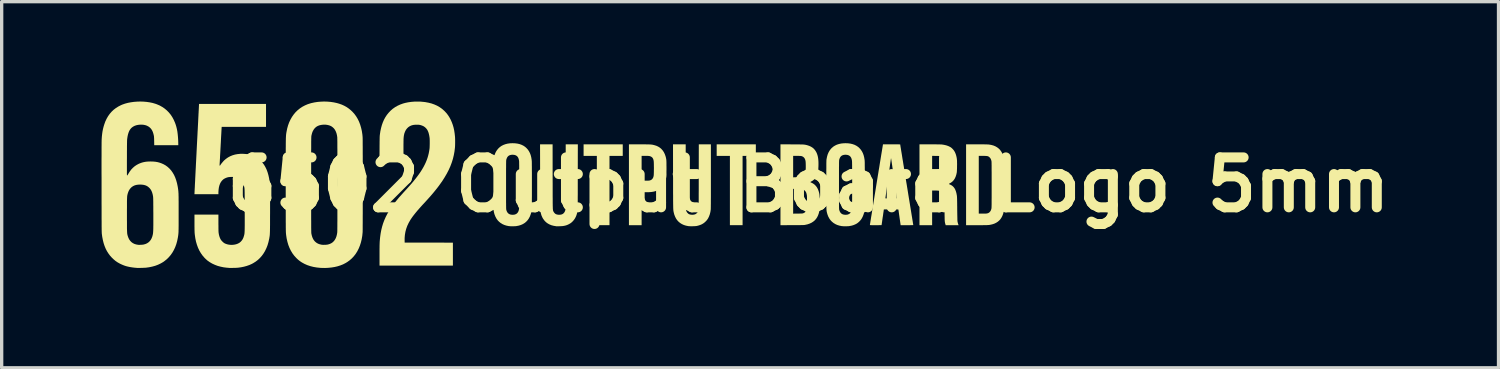
<source format=kicad_pcb>
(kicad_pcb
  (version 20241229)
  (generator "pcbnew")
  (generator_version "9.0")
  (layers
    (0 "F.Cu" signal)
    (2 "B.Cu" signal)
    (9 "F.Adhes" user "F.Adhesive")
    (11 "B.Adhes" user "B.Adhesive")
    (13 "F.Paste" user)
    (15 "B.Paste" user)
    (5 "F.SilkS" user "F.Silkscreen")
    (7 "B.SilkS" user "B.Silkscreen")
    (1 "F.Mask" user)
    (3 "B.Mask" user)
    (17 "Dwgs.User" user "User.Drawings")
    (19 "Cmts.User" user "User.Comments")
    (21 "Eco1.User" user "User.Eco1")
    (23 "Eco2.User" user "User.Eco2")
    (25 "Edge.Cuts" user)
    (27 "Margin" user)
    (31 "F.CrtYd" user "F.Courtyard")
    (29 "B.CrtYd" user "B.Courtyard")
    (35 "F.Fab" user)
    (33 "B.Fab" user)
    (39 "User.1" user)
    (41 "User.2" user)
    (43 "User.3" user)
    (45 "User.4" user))
  (footprint "6502 Output Board Logo 5mm"
    (layer "F.Cu")
    (at 21.237 2.5)
    (property "Reference" "6502 Output Board Logo 5mm" (at 0 0 0) (layer "F.SilkS") (effects (font (size 1.5 1.5) (thickness 0.3))))
    (attr board_only exclude_from_pos_files exclude_from_bom)
    (fp_poly (pts (xy -5.58 -1.041) (xy -5.58 -0.867) (xy -5.779 -0.867) (xy -5.978 -0.867) (xy -5.978 0.173) (xy -5.978 1.214) (xy -6.168 1.214) (xy -6.358 1.214) (xy -6.358 0.173) (xy -6.358 -0.867) (xy -6.557 -0.867) (xy -6.756 -0.867) (xy -6.756 -1.041) (xy -6.756 -1.214) (xy -6.168 -1.214) (xy -5.58 -1.214)) (stroke (width 0) (type solid)) (fill yes) (layer "F.SilkS"))
    (fp_poly (pts (xy -1.582 -1.041) (xy -1.582 -0.867) (xy -1.781 -0.867) (xy -1.98 -0.867) (xy -1.98 0.173) (xy -1.98 1.214) (xy -2.17 1.214) (xy -2.361 1.214) (xy -2.361 0.173) (xy -2.361 -0.867) (xy -2.559 -0.867) (xy -2.758 -0.867) (xy -2.758 -1.041) (xy -2.758 -1.214) (xy -2.17 -1.214) (xy -1.582 -1.214)) (stroke (width 0) (type solid)) (fill yes) (layer "F.SilkS"))
    (fp_poly (pts (xy -5.019 -1.214) (xy -4.963 -1.214) (xy -4.914 -1.214) (xy -4.871 -1.213) (xy -4.834 -1.213) (xy -4.802 -1.212) (xy -4.775 -1.211) (xy -4.751 -1.21) (xy -4.73 -1.208) (xy -4.712 -1.206) (xy -4.695 -1.204) (xy -4.679 -1.201) (xy -4.664 -1.198) (xy -4.648 -1.194) (xy -4.636 -1.191) (xy -4.573 -1.172) (xy -4.516 -1.146) (xy -4.465 -1.114) (xy -4.42 -1.075) (xy -4.38 -1.031) (xy -4.346 -0.98) (xy -4.318 -0.923) (xy -4.295 -0.86) (xy -4.29 -0.842) (xy -4.285 -0.823) (xy -4.281 -0.806) (xy -4.278 -0.79) (xy -4.275 -0.773) (xy -4.272 -0.756) (xy -4.27 -0.737) (xy -4.269 -0.716) (xy -4.268 -0.691) (xy -4.267 -0.662) (xy -4.267 -0.628) (xy -4.267 -0.588) (xy -4.266 -0.541) (xy -4.266 -0.495) (xy -4.266 -0.444) (xy -4.267 -0.4) (xy -4.267 -0.364) (xy -4.267 -0.333) (xy -4.267 -0.308) (xy -4.268 -0.287) (xy -4.269 -0.27) (xy -4.27 -0.256) (xy -4.271 -0.244) (xy -4.272 -0.233) (xy -4.274 -0.223) (xy -4.274 -0.222) (xy -4.288 -0.157) (xy -4.305 -0.099) (xy -4.326 -0.047) (xy -4.351 -0.001) (xy -4.381 0.041) (xy -4.405 0.07) (xy -4.441 0.104) (xy -4.478 0.133) (xy -4.52 0.158) (xy -4.53 0.163) (xy -4.563 0.178) (xy -4.596 0.191) (xy -4.629 0.201) (xy -4.665 0.209) (xy -4.704 0.215) (xy -4.748 0.22) (xy -4.797 0.223) (xy -4.852 0.224) (xy -4.893 0.224) (xy -5.013 0.224) (xy -5.013 0.719) (xy -5.013 1.214) (xy -5.204 1.214) (xy -5.394 1.214) (xy -5.394 0) (xy -5.394 -0.495) (xy -5.013 -0.495) (xy -5.013 -0.123) (xy -4.902 -0.123) (xy -4.862 -0.123) (xy -4.83 -0.123) (xy -4.805 -0.124) (xy -4.787 -0.126) (xy -4.774 -0.128) (xy -4.77 -0.128) (xy -4.736 -0.141) (xy -4.708 -0.158) (xy -4.686 -0.182) (xy -4.668 -0.211) (xy -4.656 -0.247) (xy -4.652 -0.266) (xy -4.65 -0.28) (xy -4.648 -0.302) (xy -4.647 -0.33) (xy -4.646 -0.363) (xy -4.645 -0.4) (xy -4.645 -0.439) (xy -4.644 -0.48) (xy -4.644 -0.521) (xy -4.645 -0.562) (xy -4.645 -0.601) (xy -4.646 -0.636) (xy -4.647 -0.668) (xy -4.649 -0.694) (xy -4.65 -0.714) (xy -4.652 -0.723) (xy -4.661 -0.761) (xy -4.675 -0.793) (xy -4.693 -0.818) (xy -4.716 -0.837) (xy -4.745 -0.852) (xy -4.764 -0.859) (xy -4.773 -0.861) (xy -4.783 -0.863) (xy -4.795 -0.865) (xy -4.809 -0.866) (xy -4.827 -0.867) (xy -4.85 -0.867) (xy -4.88 -0.867) (xy -4.903 -0.867) (xy -5.013 -0.867) (xy -5.013 -0.495) (xy -5.394 -0.495) (xy -5.394 -1.214) (xy -5.083 -1.214)) (stroke (width 0) (type solid)) (fill yes) (layer "F.SilkS"))
    (fp_poly (pts (xy -7.686 -0.244) (xy -7.686 -0.136) (xy -7.685 -0.036) (xy -7.685 0.057) (xy -7.685 0.142) (xy -7.685 0.219) (xy -7.685 0.29) (xy -7.685 0.355) (xy -7.684 0.413) (xy -7.684 0.466) (xy -7.684 0.513) (xy -7.684 0.555) (xy -7.683 0.592) (xy -7.683 0.625) (xy -7.682 0.654) (xy -7.681 0.678) (xy -7.681 0.7) (xy -7.68 0.718) (xy -7.679 0.733) (xy -7.677 0.746) (xy -7.676 0.757) (xy -7.675 0.766) (xy -7.673 0.773) (xy -7.672 0.78) (xy -7.67 0.785) (xy -7.668 0.79) (xy -7.665 0.795) (xy -7.663 0.8) (xy -7.66 0.806) (xy -7.659 0.809) (xy -7.647 0.828) (xy -7.631 0.848) (xy -7.613 0.866) (xy -7.595 0.879) (xy -7.591 0.881) (xy -7.563 0.892) (xy -7.53 0.899) (xy -7.494 0.902) (xy -7.459 0.9) (xy -7.427 0.895) (xy -7.42 0.893) (xy -7.386 0.879) (xy -7.358 0.858) (xy -7.335 0.831) (xy -7.317 0.798) (xy -7.304 0.758) (xy -7.303 0.757) (xy -7.303 0.753) (xy -7.302 0.749) (xy -7.301 0.743) (xy -7.3 0.737) (xy -7.3 0.729) (xy -7.299 0.718) (xy -7.299 0.706) (xy -7.298 0.691) (xy -7.298 0.673) (xy -7.298 0.652) (xy -7.297 0.627) (xy -7.297 0.598) (xy -7.297 0.565) (xy -7.296 0.528) (xy -7.296 0.485) (xy -7.296 0.437) (xy -7.296 0.384) (xy -7.296 0.325) (xy -7.295 0.259) (xy -7.295 0.187) (xy -7.295 0.108) (xy -7.295 0.022) (xy -7.295 -0.072) (xy -7.295 -0.174) (xy -7.295 -0.244) (xy -7.293 -1.214) (xy -7.111 -1.214) (xy -6.929 -1.214) (xy -6.931 -0.232) (xy -6.931 -0.124) (xy -6.931 -0.024) (xy -6.931 0.068) (xy -6.931 0.153) (xy -6.931 0.231) (xy -6.931 0.301) (xy -6.932 0.366) (xy -6.932 0.424) (xy -6.932 0.476) (xy -6.932 0.523) (xy -6.932 0.565) (xy -6.933 0.601) (xy -6.933 0.634) (xy -6.933 0.662) (xy -6.934 0.686) (xy -6.934 0.707) (xy -6.935 0.725) (xy -6.935 0.74) (xy -6.936 0.753) (xy -6.936 0.763) (xy -6.937 0.772) (xy -6.937 0.779) (xy -6.938 0.784) (xy -6.939 0.79) (xy -6.939 0.791) (xy -6.953 0.857) (xy -6.971 0.916) (xy -6.993 0.969) (xy -7.019 1.017) (xy -7.05 1.061) (xy -7.079 1.095) (xy -7.109 1.124) (xy -7.139 1.149) (xy -7.171 1.169) (xy -7.199 1.185) (xy -7.237 1.203) (xy -7.274 1.217) (xy -7.312 1.228) (xy -7.352 1.236) (xy -7.396 1.242) (xy -7.445 1.245) (xy -7.48 1.246) (xy -7.507 1.246) (xy -7.533 1.246) (xy -7.556 1.246) (xy -7.573 1.246) (xy -7.584 1.246) (xy -7.585 1.245) (xy -7.656 1.233) (xy -7.721 1.216) (xy -7.78 1.192) (xy -7.833 1.163) (xy -7.881 1.128) (xy -7.924 1.086) (xy -7.961 1.037) (xy -7.979 1.011) (xy -8 0.971) (xy -8.019 0.928) (xy -8.034 0.879) (xy -8.048 0.823) (xy -8.052 0.806) (xy -8.061 0.759) (xy -8.062 -0.227) (xy -8.064 -1.214) (xy -7.875 -1.214) (xy -7.687 -1.214)) (stroke (width 0) (type solid)) (fill yes) (layer "F.SilkS"))
    (fp_poly (pts (xy -3.688 -0.244) (xy -3.688 -0.136) (xy -3.688 -0.036) (xy -3.687 0.057) (xy -3.687 0.142) (xy -3.687 0.219) (xy -3.687 0.29) (xy -3.687 0.355) (xy -3.687 0.413) (xy -3.686 0.466) (xy -3.686 0.513) (xy -3.686 0.555) (xy -3.685 0.592) (xy -3.685 0.625) (xy -3.684 0.654) (xy -3.683 0.678) (xy -3.683 0.7) (xy -3.682 0.718) (xy -3.681 0.733) (xy -3.68 0.746) (xy -3.678 0.757) (xy -3.677 0.766) (xy -3.675 0.773) (xy -3.674 0.78) (xy -3.672 0.785) (xy -3.67 0.79) (xy -3.667 0.795) (xy -3.665 0.8) (xy -3.662 0.806) (xy -3.661 0.809) (xy -3.649 0.828) (xy -3.633 0.848) (xy -3.615 0.866) (xy -3.597 0.879) (xy -3.594 0.881) (xy -3.564 0.893) (xy -3.529 0.899) (xy -3.492 0.902) (xy -3.455 0.899) (xy -3.42 0.892) (xy -3.391 0.881) (xy -3.373 0.869) (xy -3.355 0.852) (xy -3.338 0.832) (xy -3.325 0.812) (xy -3.324 0.809) (xy -3.321 0.803) (xy -3.318 0.797) (xy -3.316 0.792) (xy -3.314 0.788) (xy -3.312 0.782) (xy -3.31 0.777) (xy -3.308 0.77) (xy -3.307 0.762) (xy -3.306 0.752) (xy -3.304 0.74) (xy -3.303 0.726) (xy -3.302 0.709) (xy -3.301 0.69) (xy -3.301 0.667) (xy -3.3 0.64) (xy -3.3 0.609) (xy -3.299 0.574) (xy -3.299 0.535) (xy -3.298 0.49) (xy -3.298 0.441) (xy -3.298 0.385) (xy -3.298 0.324) (xy -3.298 0.256) (xy -3.297 0.182) (xy -3.297 0.1) (xy -3.297 0.012) (xy -3.297 -0.084) (xy -3.297 -0.189) (xy -3.297 -0.244) (xy -3.295 -1.214) (xy -3.114 -1.214) (xy -2.932 -1.214) (xy -2.932 -0.256) (xy -2.932 -0.131) (xy -2.932 -0.015) (xy -2.932 0.093) (xy -2.932 0.192) (xy -2.932 0.283) (xy -2.932 0.366) (xy -2.933 0.44) (xy -2.933 0.507) (xy -2.933 0.565) (xy -2.934 0.615) (xy -2.934 0.657) (xy -2.935 0.69) (xy -2.935 0.716) (xy -2.936 0.734) (xy -2.936 0.744) (xy -2.936 0.744) (xy -2.947 0.817) (xy -2.964 0.886) (xy -2.987 0.949) (xy -3.014 1.006) (xy -3.035 1.038) (xy -3.054 1.064) (xy -3.078 1.091) (xy -3.105 1.117) (xy -3.131 1.14) (xy -3.154 1.157) (xy -3.202 1.186) (xy -3.253 1.208) (xy -3.309 1.226) (xy -3.349 1.236) (xy -3.373 1.24) (xy -3.404 1.243) (xy -3.439 1.245) (xy -3.477 1.246) (xy -3.514 1.247) (xy -3.551 1.246) (xy -3.583 1.245) (xy -3.61 1.242) (xy -3.613 1.242) (xy -3.682 1.228) (xy -3.746 1.208) (xy -3.804 1.181) (xy -3.857 1.148) (xy -3.904 1.109) (xy -3.945 1.064) (xy -3.98 1.013) (xy -4.009 0.955) (xy -4.033 0.892) (xy -4.046 0.842) (xy -4.048 0.832) (xy -4.05 0.822) (xy -4.052 0.813) (xy -4.054 0.804) (xy -4.056 0.795) (xy -4.057 0.785) (xy -4.059 0.774) (xy -4.06 0.762) (xy -4.061 0.748) (xy -4.062 0.732) (xy -4.063 0.713) (xy -4.064 0.692) (xy -4.064 0.668) (xy -4.065 0.64) (xy -4.065 0.608) (xy -4.066 0.572) (xy -4.066 0.532) (xy -4.067 0.487) (xy -4.067 0.437) (xy -4.067 0.381) (xy -4.067 0.32) (xy -4.068 0.252) (xy -4.068 0.178) (xy -4.068 0.097) (xy -4.068 0.008) (xy -4.068 -0.088) (xy -4.068 -0.192) (xy -4.069 -0.246) (xy -4.07 -1.214) (xy -3.88 -1.214) (xy -3.689 -1.214)) (stroke (width 0) (type solid)) (fill yes) (layer "F.SilkS"))
    (fp_poly (pts (xy 5.115 -1.214) (xy 5.171 -1.214) (xy 5.219 -1.214) (xy 5.26 -1.214) (xy 5.295 -1.213) (xy 5.325 -1.213) (xy 5.351 -1.212) (xy 5.372 -1.211) (xy 5.389 -1.211) (xy 5.404 -1.21) (xy 5.417 -1.208) (xy 5.422 -1.208) (xy 5.492 -1.196) (xy 5.557 -1.178) (xy 5.615 -1.154) (xy 5.668 -1.123) (xy 5.715 -1.087) (xy 5.756 -1.045) (xy 5.791 -0.996) (xy 5.821 -0.941) (xy 5.845 -0.88) (xy 5.863 -0.812) (xy 5.869 -0.783) (xy 5.871 -0.771) (xy 5.873 -0.759) (xy 5.875 -0.745) (xy 5.876 -0.73) (xy 5.878 -0.712) (xy 5.879 -0.692) (xy 5.88 -0.669) (xy 5.881 -0.643) (xy 5.882 -0.613) (xy 5.882 -0.579) (xy 5.883 -0.54) (xy 5.883 -0.496) (xy 5.884 -0.447) (xy 5.884 -0.392) (xy 5.884 -0.33) (xy 5.884 -0.262) (xy 5.885 -0.186) (xy 5.885 -0.104) (xy 5.885 -0.013) (xy 5.885 0) (xy 5.885 0.092) (xy 5.885 0.176) (xy 5.884 0.252) (xy 5.884 0.321) (xy 5.884 0.384) (xy 5.884 0.44) (xy 5.883 0.49) (xy 5.883 0.534) (xy 5.882 0.574) (xy 5.882 0.609) (xy 5.881 0.639) (xy 5.88 0.666) (xy 5.879 0.689) (xy 5.878 0.71) (xy 5.877 0.727) (xy 5.875 0.743) (xy 5.873 0.757) (xy 5.872 0.769) (xy 5.87 0.781) (xy 5.869 0.783) (xy 5.853 0.853) (xy 5.831 0.917) (xy 5.804 0.974) (xy 5.771 1.026) (xy 5.732 1.071) (xy 5.687 1.11) (xy 5.637 1.142) (xy 5.581 1.169) (xy 5.519 1.189) (xy 5.451 1.204) (xy 5.422 1.208) (xy 5.411 1.209) (xy 5.397 1.21) (xy 5.381 1.211) (xy 5.362 1.212) (xy 5.338 1.213) (xy 5.311 1.213) (xy 5.278 1.213) (xy 5.24 1.214) (xy 5.195 1.214) (xy 5.144 1.214) (xy 5.085 1.214) (xy 5.052 1.214) (xy 4.734 1.214) (xy 4.734 0) (xy 5.115 0) (xy 5.115 0.867) (xy 5.23 0.867) (xy 5.27 0.867) (xy 5.302 0.867) (xy 5.327 0.866) (xy 5.346 0.864) (xy 5.36 0.863) (xy 5.366 0.861) (xy 5.392 0.854) (xy 5.411 0.845) (xy 5.429 0.833) (xy 5.441 0.822) (xy 5.464 0.795) (xy 5.482 0.761) (xy 5.494 0.721) (xy 5.494 0.72) (xy 5.495 0.715) (xy 5.496 0.71) (xy 5.497 0.703) (xy 5.498 0.695) (xy 5.498 0.685) (xy 5.499 0.672) (xy 5.499 0.657) (xy 5.5 0.639) (xy 5.5 0.617) (xy 5.501 0.591) (xy 5.501 0.561) (xy 5.501 0.526) (xy 5.501 0.485) (xy 5.501 0.44) (xy 5.502 0.388) (xy 5.502 0.33) (xy 5.502 0.265) (xy 5.502 0.193) (xy 5.502 0.114) (xy 5.502 0.026) (xy 5.502 0) (xy 5.502 -0.09) (xy 5.502 -0.171) (xy 5.502 -0.246) (xy 5.502 -0.312) (xy 5.502 -0.372) (xy 5.501 -0.426) (xy 5.501 -0.473) (xy 5.501 -0.515) (xy 5.501 -0.551) (xy 5.501 -0.583) (xy 5.5 -0.61) (xy 5.5 -0.633) (xy 5.5 -0.652) (xy 5.499 -0.668) (xy 5.499 -0.682) (xy 5.498 -0.692) (xy 5.497 -0.701) (xy 5.497 -0.708) (xy 5.496 -0.714) (xy 5.495 -0.719) (xy 5.494 -0.72) (xy 5.482 -0.76) (xy 5.465 -0.794) (xy 5.442 -0.821) (xy 5.442 -0.821) (xy 5.428 -0.833) (xy 5.415 -0.843) (xy 5.402 -0.851) (xy 5.387 -0.857) (xy 5.369 -0.861) (xy 5.348 -0.864) (xy 5.322 -0.866) (xy 5.29 -0.867) (xy 5.251 -0.867) (xy 5.229 -0.867) (xy 5.115 -0.867) (xy 5.115 0) (xy 4.734 0) (xy 4.734 -1.214) (xy 5.052 -1.214)) (stroke (width 0) (type solid)) (fill yes) (layer "F.SilkS"))
    (fp_poly (pts (xy 3.706 -1.214) (xy 3.762 -1.214) (xy 3.813 -1.214) (xy 3.859 -1.213) (xy 3.901 -1.213) (xy 3.936 -1.212) (xy 3.964 -1.211) (xy 3.986 -1.211) (xy 3.999 -1.21) (xy 4.001 -1.21) (xy 4.072 -1.199) (xy 4.137 -1.184) (xy 4.196 -1.164) (xy 4.248 -1.139) (xy 4.277 -1.122) (xy 4.296 -1.107) (xy 4.317 -1.088) (xy 4.338 -1.066) (xy 4.357 -1.044) (xy 4.368 -1.03) (xy 4.397 -0.983) (xy 4.42 -0.929) (xy 4.439 -0.869) (xy 4.453 -0.803) (xy 4.459 -0.752) (xy 4.461 -0.731) (xy 4.462 -0.703) (xy 4.462 -0.671) (xy 4.463 -0.635) (xy 4.463 -0.596) (xy 4.462 -0.557) (xy 4.462 -0.517) (xy 4.461 -0.479) (xy 4.459 -0.444) (xy 4.458 -0.412) (xy 4.456 -0.387) (xy 4.454 -0.367) (xy 4.453 -0.362) (xy 4.438 -0.296) (xy 4.418 -0.237) (xy 4.393 -0.184) (xy 4.362 -0.138) (xy 4.326 -0.099) (xy 4.284 -0.066) (xy 4.249 -0.046) (xy 4.234 -0.037) (xy 4.222 -0.03) (xy 4.216 -0.025) (xy 4.215 -0.024) (xy 4.219 -0.021) (xy 4.229 -0.016) (xy 4.243 -0.01) (xy 4.247 -0.008) (xy 4.289 0.012) (xy 4.326 0.038) (xy 4.358 0.069) (xy 4.386 0.105) (xy 4.409 0.148) (xy 4.428 0.198) (xy 4.444 0.255) (xy 4.456 0.319) (xy 4.458 0.331) (xy 4.459 0.342) (xy 4.46 0.355) (xy 4.461 0.371) (xy 4.462 0.391) (xy 4.463 0.414) (xy 4.464 0.443) (xy 4.464 0.476) (xy 4.465 0.516) (xy 4.466 0.561) (xy 4.466 0.614) (xy 4.467 0.674) (xy 4.467 0.723) (xy 4.468 0.796) (xy 4.469 0.861) (xy 4.47 0.918) (xy 4.471 0.968) (xy 4.472 1.01) (xy 4.472 1.044) (xy 4.473 1.071) (xy 4.475 1.089) (xy 4.475 1.098) (xy 4.482 1.132) (xy 4.491 1.165) (xy 4.5 1.193) (xy 4.502 1.196) (xy 4.509 1.214) (xy 4.315 1.214) (xy 4.121 1.214) (xy 4.113 1.186) (xy 4.109 1.173) (xy 4.105 1.16) (xy 4.102 1.149) (xy 4.1 1.137) (xy 4.097 1.124) (xy 4.095 1.109) (xy 4.094 1.093) (xy 4.092 1.074) (xy 4.091 1.051) (xy 4.09 1.024) (xy 4.09 0.993) (xy 4.089 0.957) (xy 4.088 0.915) (xy 4.088 0.866) (xy 4.087 0.81) (xy 4.087 0.747) (xy 4.087 0.728) (xy 4.086 0.664) (xy 4.086 0.607) (xy 4.085 0.559) (xy 4.084 0.517) (xy 4.084 0.481) (xy 4.083 0.45) (xy 4.083 0.425) (xy 4.082 0.404) (xy 4.081 0.387) (xy 4.081 0.374) (xy 4.08 0.363) (xy 4.079 0.354) (xy 4.077 0.347) (xy 4.077 0.344) (xy 4.068 0.31) (xy 4.058 0.282) (xy 4.046 0.259) (xy 4.032 0.24) (xy 4.017 0.225) (xy 3.999 0.21) (xy 3.98 0.199) (xy 3.959 0.19) (xy 3.934 0.183) (xy 3.904 0.178) (xy 3.869 0.175) (xy 3.827 0.174) (xy 3.8 0.174) (xy 3.714 0.173) (xy 3.714 0.694) (xy 3.714 1.214) (xy 3.524 1.214) (xy 3.334 1.214) (xy 3.334 0) (xy 3.334 -0.521) (xy 3.714 -0.521) (xy 3.714 -0.173) (xy 3.8 -0.174) (xy 3.836 -0.174) (xy 3.868 -0.175) (xy 3.894 -0.177) (xy 3.914 -0.179) (xy 3.917 -0.179) (xy 3.958 -0.19) (xy 3.992 -0.206) (xy 4.02 -0.229) (xy 4.044 -0.257) (xy 4.062 -0.292) (xy 4.073 -0.324) (xy 4.075 -0.335) (xy 4.076 -0.354) (xy 4.078 -0.379) (xy 4.08 -0.409) (xy 4.081 -0.442) (xy 4.082 -0.478) (xy 4.082 -0.515) (xy 4.082 -0.552) (xy 4.082 -0.587) (xy 4.082 -0.62) (xy 4.081 -0.649) (xy 4.08 -0.673) (xy 4.078 -0.691) (xy 4.078 -0.694) (xy 4.069 -0.738) (xy 4.055 -0.776) (xy 4.037 -0.807) (xy 4.014 -0.832) (xy 3.985 -0.85) (xy 3.973 -0.855) (xy 3.966 -0.858) (xy 3.958 -0.86) (xy 3.949 -0.862) (xy 3.938 -0.863) (xy 3.924 -0.864) (xy 3.905 -0.865) (xy 3.881 -0.866) (xy 3.849 -0.866) (xy 3.832 -0.866) (xy 3.714 -0.868) (xy 3.714 -0.521) (xy 3.334 -0.521) (xy 3.334 -1.214) (xy 3.647 -1.214)) (stroke (width 0) (type solid)) (fill yes) (layer "F.SilkS"))
    (fp_poly (pts (xy -0.498 -1.213) (xy -0.434 -1.213) (xy -0.377 -1.213) (xy -0.328 -1.212) (xy -0.285 -1.212) (xy -0.248 -1.211) (xy -0.216 -1.211) (xy -0.189 -1.21) (xy -0.165 -1.209) (xy -0.145 -1.208) (xy -0.128 -1.206) (xy -0.113 -1.204) (xy -0.099 -1.202) (xy -0.085 -1.199) (xy -0.072 -1.196) (xy -0.058 -1.193) (xy -0.043 -1.189) (xy -0.041 -1.189) (xy 0.019 -1.169) (xy 0.072 -1.145) (xy 0.119 -1.116) (xy 0.16 -1.082) (xy 0.195 -1.041) (xy 0.225 -0.995) (xy 0.235 -0.977) (xy 0.253 -0.937) (xy 0.268 -0.895) (xy 0.28 -0.85) (xy 0.289 -0.802) (xy 0.295 -0.748) (xy 0.299 -0.69) (xy 0.3 -0.624) (xy 0.299 -0.569) (xy 0.298 -0.535) (xy 0.296 -0.502) (xy 0.295 -0.472) (xy 0.293 -0.446) (xy 0.291 -0.426) (xy 0.29 -0.421) (xy 0.277 -0.356) (xy 0.258 -0.297) (xy 0.233 -0.244) (xy 0.203 -0.197) (xy 0.167 -0.157) (xy 0.125 -0.123) (xy 0.08 -0.097) (xy 0.067 -0.09) (xy 0.059 -0.084) (xy 0.056 -0.079) (xy 0.056 -0.079) (xy 0.061 -0.075) (xy 0.071 -0.07) (xy 0.085 -0.063) (xy 0.086 -0.063) (xy 0.135 -0.038) (xy 0.179 -0.007) (xy 0.217 0.031) (xy 0.251 0.075) (xy 0.279 0.126) (xy 0.302 0.183) (xy 0.32 0.245) (xy 0.328 0.288) (xy 0.33 0.306) (xy 0.332 0.331) (xy 0.334 0.362) (xy 0.335 0.398) (xy 0.336 0.437) (xy 0.337 0.478) (xy 0.338 0.521) (xy 0.338 0.562) (xy 0.338 0.603) (xy 0.337 0.64) (xy 0.337 0.673) (xy 0.335 0.701) (xy 0.334 0.713) (xy 0.325 0.787) (xy 0.31 0.855) (xy 0.288 0.918) (xy 0.261 0.974) (xy 0.228 1.024) (xy 0.189 1.069) (xy 0.143 1.107) (xy 0.092 1.14) (xy 0.034 1.167) (xy -0.03 1.189) (xy -0.089 1.202) (xy -0.098 1.204) (xy -0.106 1.206) (xy -0.115 1.207) (xy -0.125 1.208) (xy -0.137 1.209) (xy -0.15 1.21) (xy -0.166 1.21) (xy -0.186 1.211) (xy -0.21 1.211) (xy -0.238 1.212) (xy -0.272 1.212) (xy -0.311 1.212) (xy -0.357 1.213) (xy -0.409 1.213) (xy -0.47 1.213) (xy -0.49 1.213) (xy -0.842 1.215) (xy -0.842 0.495) (xy -0.461 0.495) (xy -0.461 0.868) (xy -0.323 0.866) (xy -0.284 0.866) (xy -0.254 0.865) (xy -0.229 0.865) (xy -0.21 0.864) (xy -0.195 0.863) (xy -0.184 0.862) (xy -0.174 0.861) (xy -0.166 0.859) (xy -0.158 0.856) (xy -0.156 0.855) (xy -0.128 0.842) (xy -0.102 0.823) (xy -0.081 0.799) (xy -0.07 0.781) (xy -0.064 0.769) (xy -0.059 0.757) (xy -0.055 0.745) (xy -0.052 0.731) (xy -0.05 0.715) (xy -0.048 0.696) (xy -0.046 0.674) (xy -0.045 0.646) (xy -0.045 0.613) (xy -0.045 0.574) (xy -0.045 0.527) (xy -0.045 0.514) (xy -0.045 0.469) (xy -0.045 0.432) (xy -0.045 0.402) (xy -0.045 0.377) (xy -0.046 0.357) (xy -0.047 0.341) (xy -0.048 0.328) (xy -0.049 0.316) (xy -0.051 0.306) (xy -0.053 0.296) (xy -0.054 0.292) (xy -0.059 0.27) (xy -0.065 0.249) (xy -0.072 0.231) (xy -0.074 0.226) (xy -0.09 0.2) (xy -0.112 0.176) (xy -0.137 0.156) (xy -0.152 0.147) (xy -0.168 0.14) (xy -0.184 0.135) (xy -0.2 0.131) (xy -0.22 0.127) (xy -0.242 0.125) (xy -0.269 0.124) (xy -0.302 0.123) (xy -0.342 0.123) (xy -0.349 0.123) (xy -0.461 0.123) (xy -0.461 0.495) (xy -0.842 0.495) (xy -0.842 -0.000005) (xy -0.842 -0.545) (xy -0.461 -0.545) (xy -0.461 -0.223) (xy -0.359 -0.226) (xy -0.329 -0.226) (xy -0.3 -0.228) (xy -0.275 -0.229) (xy -0.254 -0.23) (xy -0.24 -0.232) (xy -0.235 -0.233) (xy -0.196 -0.246) (xy -0.163 -0.265) (xy -0.135 -0.29) (xy -0.113 -0.322) (xy -0.096 -0.361) (xy -0.09 -0.383) (xy -0.088 -0.398) (xy -0.085 -0.421) (xy -0.084 -0.449) (xy -0.083 -0.481) (xy -0.082 -0.516) (xy -0.082 -0.553) (xy -0.082 -0.589) (xy -0.083 -0.624) (xy -0.084 -0.657) (xy -0.086 -0.685) (xy -0.088 -0.707) (xy -0.09 -0.719) (xy -0.101 -0.759) (xy -0.116 -0.791) (xy -0.135 -0.817) (xy -0.159 -0.837) (xy -0.169 -0.844) (xy -0.182 -0.85) (xy -0.194 -0.855) (xy -0.207 -0.86) (xy -0.222 -0.863) (xy -0.239 -0.865) (xy -0.26 -0.866) (xy -0.287 -0.867) (xy -0.32 -0.867) (xy -0.348 -0.867) (xy -0.461 -0.867) (xy -0.461 -0.545) (xy -0.842 -0.545) (xy -0.842 -1.215)) (stroke (width 0) (type solid)) (fill yes) (layer "F.SilkS"))
    (fp_poly (pts (xy -11.651 -2.497) (xy -11.555 -2.488) (xy -11.513 -2.483) (xy -11.416 -2.465) (xy -11.325 -2.442) (xy -11.238 -2.411) (xy -11.157 -2.375) (xy -11.082 -2.332) (xy -11.012 -2.283) (xy -10.948 -2.227) (xy -10.932 -2.212) (xy -10.879 -2.155) (xy -10.833 -2.096) (xy -10.792 -2.034) (xy -10.754 -1.965) (xy -10.75 -1.957) (xy -10.716 -1.881) (xy -10.687 -1.803) (xy -10.663 -1.722) (xy -10.644 -1.636) (xy -10.63 -1.545) (xy -10.619 -1.447) (xy -10.619 -1.445) (xy -10.617 -1.415) (xy -10.616 -1.38) (xy -10.615 -1.339) (xy -10.615 -1.296) (xy -10.615 -1.252) (xy -10.616 -1.21) (xy -10.617 -1.17) (xy -10.619 -1.135) (xy -10.621 -1.11) (xy -10.635 -0.996) (xy -10.656 -0.884) (xy -10.683 -0.773) (xy -10.718 -0.663) (xy -10.759 -0.554) (xy -10.808 -0.445) (xy -10.865 -0.335) (xy -10.929 -0.225) (xy -11 -0.113) (xy -11.071 -0.013) (xy -11.114 0.046) (xy -11.159 0.105) (xy -11.207 0.165) (xy -11.256 0.225) (xy -11.309 0.288) (xy -11.366 0.354) (xy -11.428 0.423) (xy -11.495 0.497) (xy -11.536 0.542) (xy -11.596 0.606) (xy -11.65 0.666) (xy -11.699 0.721) (xy -11.743 0.771) (xy -11.783 0.819) (xy -11.819 0.863) (xy -11.852 0.905) (xy -11.883 0.945) (xy -11.911 0.984) (xy -11.937 1.022) (xy -11.962 1.06) (xy -11.964 1.064) (xy -12.012 1.148) (xy -12.052 1.233) (xy -12.084 1.321) (xy -12.108 1.411) (xy -12.124 1.503) (xy -12.132 1.599) (xy -12.132 1.684) (xy -12.131 1.737) (xy -11.407 1.738) (xy -10.682 1.739) (xy -10.682 2.084) (xy -10.682 2.428) (xy -11.784 2.428) (xy -12.886 2.428) (xy -12.886 2.106) (xy -12.886 2.037) (xy -12.886 1.977) (xy -12.886 1.924) (xy -12.885 1.877) (xy -12.885 1.836) (xy -12.884 1.801) (xy -12.883 1.77) (xy -12.882 1.743) (xy -12.881 1.72) (xy -12.88 1.7) (xy -12.88 1.699) (xy -12.869 1.581) (xy -12.854 1.469) (xy -12.834 1.362) (xy -12.809 1.26) (xy -12.779 1.161) (xy -12.743 1.065) (xy -12.701 0.97) (xy -12.653 0.876) (xy -12.598 0.782) (xy -12.536 0.687) (xy -12.467 0.59) (xy -12.443 0.558) (xy -12.41 0.516) (xy -12.377 0.475) (xy -12.342 0.433) (xy -12.306 0.389) (xy -12.266 0.344) (xy -12.222 0.295) (xy -12.174 0.241) (xy -12.127 0.19) (xy -12.04 0.095) (xy -11.96 0.005) (xy -11.886 -0.081) (xy -11.819 -0.164) (xy -11.757 -0.243) (xy -11.701 -0.319) (xy -11.65 -0.393) (xy -11.605 -0.465) (xy -11.564 -0.536) (xy -11.528 -0.605) (xy -11.496 -0.673) (xy -11.468 -0.742) (xy -11.444 -0.81) (xy -11.424 -0.879) (xy -11.407 -0.948) (xy -11.394 -1.019) (xy -11.386 -1.07) (xy -11.383 -1.093) (xy -11.381 -1.123) (xy -11.38 -1.157) (xy -11.379 -1.195) (xy -11.378 -1.235) (xy -11.378 -1.275) (xy -11.378 -1.314) (xy -11.379 -1.351) (xy -11.38 -1.383) (xy -11.382 -1.409) (xy -11.384 -1.421) (xy -11.393 -1.479) (xy -11.405 -1.532) (xy -11.419 -1.579) (xy -11.436 -1.619) (xy -11.453 -1.652) (xy -11.455 -1.655) (xy -11.487 -1.696) (xy -11.523 -1.73) (xy -11.564 -1.758) (xy -11.611 -1.779) (xy -11.663 -1.795) (xy -11.678 -1.798) (xy -11.704 -1.802) (xy -11.735 -1.804) (xy -11.769 -1.804) (xy -11.804 -1.803) (xy -11.838 -1.801) (xy -11.868 -1.797) (xy -11.884 -1.794) (xy -11.936 -1.779) (xy -11.983 -1.756) (xy -12.025 -1.727) (xy -12.061 -1.691) (xy -12.093 -1.649) (xy -12.118 -1.6) (xy -12.139 -1.546) (xy -12.15 -1.5) (xy -12.153 -1.484) (xy -12.156 -1.468) (xy -12.158 -1.451) (xy -12.16 -1.433) (xy -12.162 -1.413) (xy -12.164 -1.39) (xy -12.165 -1.363) (xy -12.165 -1.333) (xy -12.166 -1.297) (xy -12.166 -1.256) (xy -12.167 -1.209) (xy -12.167 -1.154) (xy -12.167 -1.092) (xy -12.167 -1.091) (xy -12.167 -0.808) (xy -12.527 -0.808) (xy -12.887 -0.808) (xy -12.885 -1.126) (xy -12.885 -1.188) (xy -12.884 -1.243) (xy -12.884 -1.29) (xy -12.883 -1.33) (xy -12.883 -1.365) (xy -12.882 -1.395) (xy -12.882 -1.42) (xy -12.881 -1.441) (xy -12.88 -1.46) (xy -12.879 -1.475) (xy -12.878 -1.489) (xy -12.876 -1.502) (xy -12.876 -1.504) (xy -12.861 -1.607) (xy -12.84 -1.704) (xy -12.815 -1.795) (xy -12.785 -1.879) (xy -12.75 -1.958) (xy -12.71 -2.031) (xy -12.664 -2.1) (xy -12.612 -2.164) (xy -12.554 -2.225) (xy -12.554 -2.225) (xy -12.49 -2.281) (xy -12.42 -2.33) (xy -12.345 -2.373) (xy -12.264 -2.41) (xy -12.178 -2.441) (xy -12.116 -2.458) (xy -12.03 -2.476) (xy -11.939 -2.489) (xy -11.845 -2.497) (xy -11.748 -2.499)) (stroke (width 0) (type solid)) (fill yes) (layer "F.SilkS"))
    (fp_poly (pts (xy 1.188 -1.245) (xy 1.259 -1.236) (xy 1.325 -1.22) (xy 1.385 -1.199) (xy 1.44 -1.171) (xy 1.49 -1.137) (xy 1.528 -1.103) (xy 1.569 -1.057) (xy 1.604 -1.006) (xy 1.633 -0.95) (xy 1.656 -0.888) (xy 1.673 -0.82) (xy 1.685 -0.746) (xy 1.688 -0.713) (xy 1.688 -0.701) (xy 1.689 -0.681) (xy 1.69 -0.653) (xy 1.69 -0.617) (xy 1.69 -0.574) (xy 1.691 -0.523) (xy 1.691 -0.466) (xy 1.692 -0.402) (xy 1.692 -0.332) (xy 1.692 -0.255) (xy 1.692 -0.173) (xy 1.692 -0.085) (xy 1.692 0) (xy 1.692 0.093) (xy 1.692 0.18) (xy 1.692 0.262) (xy 1.692 0.338) (xy 1.692 0.407) (xy 1.691 0.471) (xy 1.691 0.528) (xy 1.69 0.577) (xy 1.69 0.62) (xy 1.69 0.655) (xy 1.689 0.683) (xy 1.688 0.703) (xy 1.688 0.713) (xy 1.683 0.761) (xy 1.677 0.803) (xy 1.669 0.842) (xy 1.658 0.881) (xy 1.654 0.893) (xy 1.629 0.957) (xy 1.599 1.014) (xy 1.563 1.065) (xy 1.521 1.11) (xy 1.474 1.149) (xy 1.421 1.182) (xy 1.362 1.208) (xy 1.298 1.228) (xy 1.228 1.241) (xy 1.223 1.242) (xy 1.194 1.245) (xy 1.16 1.246) (xy 1.122 1.247) (xy 1.084 1.247) (xy 1.047 1.246) (xy 1.015 1.243) (xy 0.998 1.242) (xy 0.929 1.228) (xy 0.864 1.208) (xy 0.805 1.181) (xy 0.752 1.149) (xy 0.704 1.109) (xy 0.661 1.064) (xy 0.625 1.013) (xy 0.594 0.956) (xy 0.57 0.893) (xy 0.56 0.859) (xy 0.557 0.847) (xy 0.554 0.836) (xy 0.552 0.826) (xy 0.55 0.816) (xy 0.547 0.806) (xy 0.545 0.795) (xy 0.544 0.783) (xy 0.542 0.77) (xy 0.541 0.755) (xy 0.54 0.738) (xy 0.539 0.718) (xy 0.538 0.695) (xy 0.537 0.668) (xy 0.537 0.638) (xy 0.536 0.603) (xy 0.536 0.564) (xy 0.536 0.52) (xy 0.535 0.47) (xy 0.535 0.414) (xy 0.535 0.352) (xy 0.535 0.283) (xy 0.535 0.207) (xy 0.535 0.124) (xy 0.535 0.033) (xy 0.535 0) (xy 0.916 0) (xy 0.916 0.092) (xy 0.916 0.176) (xy 0.916 0.253) (xy 0.916 0.322) (xy 0.916 0.384) (xy 0.916 0.439) (xy 0.916 0.489) (xy 0.916 0.533) (xy 0.917 0.571) (xy 0.917 0.605) (xy 0.917 0.633) (xy 0.917 0.658) (xy 0.918 0.679) (xy 0.918 0.696) (xy 0.919 0.71) (xy 0.919 0.722) (xy 0.92 0.731) (xy 0.921 0.739) (xy 0.921 0.745) (xy 0.922 0.75) (xy 0.923 0.754) (xy 0.923 0.755) (xy 0.937 0.796) (xy 0.956 0.831) (xy 0.979 0.858) (xy 1.007 0.879) (xy 1.041 0.893) (xy 1.079 0.9) (xy 1.081 0.901) (xy 1.125 0.902) (xy 1.165 0.898) (xy 1.18 0.894) (xy 1.214 0.881) (xy 1.243 0.861) (xy 1.267 0.834) (xy 1.285 0.801) (xy 1.299 0.761) (xy 1.307 0.717) (xy 1.307 0.708) (xy 1.308 0.69) (xy 1.309 0.666) (xy 1.309 0.634) (xy 1.309 0.597) (xy 1.31 0.553) (xy 1.31 0.505) (xy 1.311 0.452) (xy 1.311 0.395) (xy 1.311 0.335) (xy 1.311 0.272) (xy 1.311 0.206) (xy 1.312 0.139) (xy 1.312 0.071) (xy 1.312 0.002) (xy 1.312 -0.067) (xy 1.312 -0.135) (xy 1.311 -0.202) (xy 1.311 -0.267) (xy 1.311 -0.331) (xy 1.311 -0.391) (xy 1.311 -0.448) (xy 1.31 -0.502) (xy 1.31 -0.55) (xy 1.31 -0.594) (xy 1.309 -0.632) (xy 1.309 -0.664) (xy 1.308 -0.689) (xy 1.307 -0.707) (xy 1.307 -0.717) (xy 1.307 -0.717) (xy 1.298 -0.763) (xy 1.285 -0.803) (xy 1.267 -0.835) (xy 1.243 -0.861) (xy 1.215 -0.88) (xy 1.18 -0.894) (xy 1.141 -0.9) (xy 1.113 -0.902) (xy 1.069 -0.899) (xy 1.032 -0.89) (xy 1 -0.875) (xy 0.974 -0.854) (xy 0.952 -0.826) (xy 0.935 -0.79) (xy 0.923 -0.754) (xy 0.922 -0.75) (xy 0.921 -0.745) (xy 0.921 -0.739) (xy 0.92 -0.731) (xy 0.919 -0.721) (xy 0.919 -0.709) (xy 0.918 -0.695) (xy 0.918 -0.677) (xy 0.917 -0.655) (xy 0.917 -0.63) (xy 0.917 -0.601) (xy 0.917 -0.566) (xy 0.916 -0.527) (xy 0.916 -0.482) (xy 0.916 -0.432) (xy 0.916 -0.375) (xy 0.916 -0.312) (xy 0.916 -0.241) (xy 0.916 -0.164) (xy 0.916 -0.078) (xy 0.916 0) (xy 0.535 0) (xy 0.535 -0.092) (xy 0.535 -0.177) (xy 0.535 -0.253) (xy 0.535 -0.323) (xy 0.535 -0.385) (xy 0.535 -0.441) (xy 0.536 -0.491) (xy 0.536 -0.535) (xy 0.536 -0.574) (xy 0.536 -0.608) (xy 0.536 -0.638) (xy 0.537 -0.663) (xy 0.537 -0.685) (xy 0.538 -0.704) (xy 0.538 -0.719) (xy 0.539 -0.732) (xy 0.539 -0.743) (xy 0.54 -0.752) (xy 0.541 -0.76) (xy 0.542 -0.767) (xy 0.543 -0.772) (xy 0.557 -0.843) (xy 0.575 -0.907) (xy 0.599 -0.965) (xy 0.628 -1.018) (xy 0.663 -1.066) (xy 0.696 -1.103) (xy 0.743 -1.143) (xy 0.795 -1.176) (xy 0.852 -1.204) (xy 0.915 -1.224) (xy 0.983 -1.239) (xy 1.056 -1.246) (xy 1.112 -1.248)) (stroke (width 0) (type solid)) (fill yes) (layer "F.SilkS"))
    (fp_poly (pts (xy -8.813 -1.245) (xy -8.742 -1.236) (xy -8.677 -1.221) (xy -8.617 -1.199) (xy -8.562 -1.172) (xy -8.512 -1.138) (xy -8.473 -1.103) (xy -8.432 -1.058) (xy -8.398 -1.008) (xy -8.369 -0.953) (xy -8.346 -0.893) (xy -8.329 -0.827) (xy -8.317 -0.754) (xy -8.313 -0.713) (xy -8.312 -0.702) (xy -8.312 -0.682) (xy -8.311 -0.655) (xy -8.311 -0.621) (xy -8.311 -0.582) (xy -8.31 -0.536) (xy -8.31 -0.486) (xy -8.31 -0.431) (xy -8.309 -0.373) (xy -8.309 -0.311) (xy -8.309 -0.246) (xy -8.309 -0.18) (xy -8.309 -0.112) (xy -8.309 -0.043) (xy -8.309 0.027) (xy -8.309 0.096) (xy -8.309 0.164) (xy -8.309 0.231) (xy -8.309 0.296) (xy -8.309 0.359) (xy -8.31 0.418) (xy -8.31 0.474) (xy -8.31 0.525) (xy -8.31 0.572) (xy -8.311 0.613) (xy -8.311 0.648) (xy -8.312 0.676) (xy -8.312 0.698) (xy -8.313 0.711) (xy -8.313 0.713) (xy -8.318 0.761) (xy -8.324 0.803) (xy -8.332 0.842) (xy -8.343 0.881) (xy -8.347 0.893) (xy -8.371 0.956) (xy -8.402 1.014) (xy -8.438 1.065) (xy -8.48 1.11) (xy -8.528 1.149) (xy -8.581 1.182) (xy -8.64 1.208) (xy -8.704 1.228) (xy -8.774 1.241) (xy -8.778 1.242) (xy -8.807 1.245) (xy -8.841 1.246) (xy -8.879 1.247) (xy -8.917 1.247) (xy -8.954 1.246) (xy -8.986 1.243) (xy -9.003 1.242) (xy -9.072 1.228) (xy -9.136 1.208) (xy -9.196 1.181) (xy -9.249 1.149) (xy -9.297 1.109) (xy -9.34 1.064) (xy -9.376 1.013) (xy -9.406 0.956) (xy -9.431 0.893) (xy -9.441 0.859) (xy -9.444 0.847) (xy -9.446 0.836) (xy -9.449 0.826) (xy -9.451 0.816) (xy -9.454 0.806) (xy -9.455 0.795) (xy -9.457 0.783) (xy -9.459 0.77) (xy -9.46 0.755) (xy -9.461 0.738) (xy -9.462 0.718) (xy -9.463 0.695) (xy -9.464 0.668) (xy -9.464 0.638) (xy -9.465 0.603) (xy -9.465 0.564) (xy -9.465 0.52) (xy -9.465 0.47) (xy -9.466 0.414) (xy -9.466 0.352) (xy -9.466 0.283) (xy -9.466 0.207) (xy -9.466 0.124) (xy -9.466 0.033) (xy -9.466 0) (xy -9.085 0) (xy -9.085 0.092) (xy -9.085 0.176) (xy -9.085 0.253) (xy -9.085 0.322) (xy -9.085 0.384) (xy -9.085 0.439) (xy -9.085 0.489) (xy -9.085 0.533) (xy -9.084 0.571) (xy -9.084 0.605) (xy -9.084 0.633) (xy -9.083 0.658) (xy -9.083 0.679) (xy -9.083 0.696) (xy -9.082 0.71) (xy -9.082 0.722) (xy -9.081 0.731) (xy -9.08 0.739) (xy -9.08 0.745) (xy -9.079 0.75) (xy -9.078 0.754) (xy -9.078 0.755) (xy -9.064 0.796) (xy -9.045 0.831) (xy -9.022 0.858) (xy -8.993 0.879) (xy -8.96 0.893) (xy -8.922 0.9) (xy -8.92 0.901) (xy -8.876 0.902) (xy -8.836 0.898) (xy -8.821 0.894) (xy -8.787 0.881) (xy -8.758 0.861) (xy -8.734 0.834) (xy -8.715 0.801) (xy -8.702 0.761) (xy -8.694 0.717) (xy -8.693 0.708) (xy -8.693 0.69) (xy -8.692 0.666) (xy -8.692 0.634) (xy -8.691 0.597) (xy -8.691 0.553) (xy -8.691 0.505) (xy -8.69 0.452) (xy -8.69 0.395) (xy -8.69 0.335) (xy -8.69 0.272) (xy -8.689 0.206) (xy -8.689 0.139) (xy -8.689 0.071) (xy -8.689 0.002) (xy -8.689 -0.067) (xy -8.689 -0.135) (xy -8.689 -0.202) (xy -8.69 -0.267) (xy -8.69 -0.331) (xy -8.69 -0.391) (xy -8.69 -0.448) (xy -8.691 -0.502) (xy -8.691 -0.55) (xy -8.691 -0.594) (xy -8.692 -0.632) (xy -8.692 -0.664) (xy -8.693 -0.689) (xy -8.693 -0.707) (xy -8.694 -0.717) (xy -8.694 -0.717) (xy -8.703 -0.763) (xy -8.716 -0.803) (xy -8.734 -0.835) (xy -8.758 -0.861) (xy -8.786 -0.88) (xy -8.821 -0.894) (xy -8.86 -0.9) (xy -8.888 -0.902) (xy -8.932 -0.899) (xy -8.969 -0.89) (xy -9.001 -0.875) (xy -9.027 -0.854) (xy -9.049 -0.826) (xy -9.066 -0.79) (xy -9.078 -0.754) (xy -9.079 -0.75) (xy -9.08 -0.745) (xy -9.08 -0.739) (xy -9.081 -0.731) (xy -9.082 -0.721) (xy -9.082 -0.709) (xy -9.083 -0.695) (xy -9.083 -0.677) (xy -9.083 -0.655) (xy -9.084 -0.63) (xy -9.084 -0.601) (xy -9.084 -0.566) (xy -9.084 -0.527) (xy -9.085 -0.482) (xy -9.085 -0.432) (xy -9.085 -0.375) (xy -9.085 -0.312) (xy -9.085 -0.241) (xy -9.085 -0.164) (xy -9.085 -0.078) (xy -9.085 0) (xy -9.466 0) (xy -9.466 -0.092) (xy -9.466 -0.177) (xy -9.466 -0.253) (xy -9.466 -0.323) (xy -9.466 -0.385) (xy -9.466 -0.441) (xy -9.465 -0.491) (xy -9.465 -0.535) (xy -9.465 -0.574) (xy -9.465 -0.608) (xy -9.464 -0.638) (xy -9.464 -0.663) (xy -9.464 -0.685) (xy -9.463 -0.704) (xy -9.463 -0.719) (xy -9.462 -0.732) (xy -9.462 -0.743) (xy -9.461 -0.752) (xy -9.46 -0.76) (xy -9.459 -0.767) (xy -9.458 -0.772) (xy -9.445 -0.839) (xy -9.429 -0.899) (xy -9.408 -0.953) (xy -9.382 -1.003) (xy -9.358 -1.04) (xy -9.319 -1.088) (xy -9.274 -1.13) (xy -9.224 -1.166) (xy -9.168 -1.195) (xy -9.107 -1.218) (xy -9.04 -1.235) (xy -8.969 -1.245) (xy -8.892 -1.248) (xy -8.889 -1.248)) (stroke (width 0) (type solid)) (fill yes) (layer "F.SilkS"))
    (fp_poly (pts (xy 2.542 -1.214) (xy 2.585 -1.214) (xy 2.625 -1.214) (xy 2.661 -1.214) (xy 2.692 -1.214) (xy 2.718 -1.213) (xy 2.737 -1.213) (xy 2.749 -1.213) (xy 2.754 -1.212) (xy 2.754 -1.212) (xy 2.755 -1.208) (xy 2.757 -1.196) (xy 2.76 -1.176) (xy 2.764 -1.148) (xy 2.77 -1.114) (xy 2.777 -1.073) (xy 2.784 -1.025) (xy 2.793 -0.972) (xy 2.803 -0.913) (xy 2.813 -0.848) (xy 2.824 -0.778) (xy 2.837 -0.704) (xy 2.849 -0.625) (xy 2.863 -0.542) (xy 2.877 -0.456) (xy 2.892 -0.366) (xy 2.907 -0.273) (xy 2.922 -0.177) (xy 2.938 -0.078) (xy 2.951 -0.002) (xy 2.967 0.098) (xy 2.983 0.196) (xy 2.998 0.291) (xy 3.013 0.384) (xy 3.028 0.473) (xy 3.042 0.559) (xy 3.055 0.641) (xy 3.068 0.719) (xy 3.08 0.792) (xy 3.091 0.861) (xy 3.101 0.924) (xy 3.111 0.982) (xy 3.119 1.035) (xy 3.127 1.081) (xy 3.133 1.12) (xy 3.138 1.153) (xy 3.143 1.179) (xy 3.145 1.197) (xy 3.147 1.208) (xy 3.148 1.21) (xy 3.143 1.211) (xy 3.132 1.212) (xy 3.113 1.213) (xy 3.089 1.213) (xy 3.059 1.214) (xy 3.026 1.214) (xy 2.989 1.214) (xy 2.958 1.214) (xy 2.768 1.214) (xy 2.735 0.985) (xy 2.729 0.941) (xy 2.723 0.901) (xy 2.718 0.863) (xy 2.713 0.829) (xy 2.709 0.8) (xy 2.705 0.777) (xy 2.703 0.76) (xy 2.701 0.75) (xy 2.701 0.748) (xy 2.7 0.746) (xy 2.698 0.745) (xy 2.694 0.744) (xy 2.687 0.743) (xy 2.677 0.742) (xy 2.663 0.741) (xy 2.645 0.741) (xy 2.621 0.741) (xy 2.591 0.74) (xy 2.555 0.74) (xy 2.511 0.74) (xy 2.481 0.74) (xy 2.439 0.74) (xy 2.4 0.74) (xy 2.364 0.741) (xy 2.332 0.741) (xy 2.305 0.741) (xy 2.285 0.741) (xy 2.271 0.742) (xy 2.264 0.742) (xy 2.263 0.742) (xy 2.263 0.747) (xy 2.261 0.759) (xy 2.258 0.778) (xy 2.255 0.803) (xy 2.25 0.833) (xy 2.245 0.868) (xy 2.24 0.907) (xy 2.234 0.948) (xy 2.229 0.976) (xy 2.223 1.019) (xy 2.217 1.06) (xy 2.212 1.097) (xy 2.207 1.131) (xy 2.203 1.16) (xy 2.2 1.183) (xy 2.197 1.199) (xy 2.196 1.209) (xy 2.196 1.211) (xy 2.192 1.212) (xy 2.18 1.212) (xy 2.162 1.213) (xy 2.137 1.213) (xy 2.108 1.214) (xy 2.075 1.214) (xy 2.039 1.214) (xy 2.02 1.214) (xy 1.977 1.214) (xy 1.941 1.214) (xy 1.913 1.214) (xy 1.891 1.214) (xy 1.874 1.213) (xy 1.862 1.213) (xy 1.853 1.212) (xy 1.848 1.211) (xy 1.846 1.209) (xy 1.845 1.208) (xy 1.845 1.207) (xy 1.845 1.202) (xy 1.847 1.189) (xy 1.85 1.169) (xy 1.855 1.142) (xy 1.86 1.108) (xy 1.867 1.067) (xy 1.874 1.021) (xy 1.882 0.969) (xy 1.892 0.912) (xy 1.902 0.851) (xy 1.912 0.785) (xy 1.924 0.715) (xy 1.935 0.641) (xy 1.948 0.565) (xy 1.961 0.486) (xy 1.973 0.407) (xy 2.31 0.407) (xy 2.314 0.408) (xy 2.326 0.409) (xy 2.344 0.409) (xy 2.368 0.41) (xy 2.397 0.41) (xy 2.43 0.41) (xy 2.466 0.41) (xy 2.481 0.41) (xy 2.526 0.41) (xy 2.562 0.41) (xy 2.592 0.41) (xy 2.614 0.409) (xy 2.631 0.409) (xy 2.643 0.408) (xy 2.65 0.407) (xy 2.652 0.406) (xy 2.653 0.405) (xy 2.652 0.4) (xy 2.65 0.386) (xy 2.647 0.366) (xy 2.644 0.339) (xy 2.639 0.306) (xy 2.634 0.268) (xy 2.628 0.225) (xy 2.621 0.177) (xy 2.614 0.126) (xy 2.606 0.072) (xy 2.598 0.015) (xy 2.59 -0.044) (xy 2.581 -0.104) (xy 2.572 -0.165) (xy 2.564 -0.227) (xy 2.555 -0.288) (xy 2.546 -0.348) (xy 2.538 -0.406) (xy 2.53 -0.463) (xy 2.522 -0.517) (xy 2.515 -0.568) (xy 2.508 -0.615) (xy 2.502 -0.657) (xy 2.496 -0.695) (xy 2.491 -0.727) (xy 2.487 -0.753) (xy 2.485 -0.773) (xy 2.483 -0.785) (xy 2.482 -0.79) (xy 2.482 -0.79) (xy 2.477 -0.791) (xy 2.477 -0.791) (xy 2.476 -0.786) (xy 2.475 -0.774) (xy 2.472 -0.755) (xy 2.468 -0.729) (xy 2.464 -0.697) (xy 2.458 -0.659) (xy 2.452 -0.617) (xy 2.446 -0.57) (xy 2.438 -0.519) (xy 2.431 -0.466) (xy 2.423 -0.409) (xy 2.415 -0.35) (xy 2.406 -0.29) (xy 2.398 -0.229) (xy 2.389 -0.168) (xy 2.381 -0.107) (xy 2.372 -0.046) (xy 2.364 0.013) (xy 2.356 0.07) (xy 2.349 0.124) (xy 2.341 0.176) (xy 2.335 0.223) (xy 2.329 0.267) (xy 2.323 0.306) (xy 2.319 0.339) (xy 2.315 0.366) (xy 2.312 0.387) (xy 2.311 0.401) (xy 2.31 0.407) (xy 2.31 0.407) (xy 1.973 0.407) (xy 1.974 0.404) (xy 1.987 0.321) (xy 2.001 0.236) (xy 2.015 0.15) (xy 2.029 0.063) (xy 2.043 -0.024) (xy 2.057 -0.111) (xy 2.071 -0.197) (xy 2.085 -0.283) (xy 2.099 -0.367) (xy 2.112 -0.449) (xy 2.126 -0.53) (xy 2.138 -0.607) (xy 2.15 -0.682) (xy 2.162 -0.754) (xy 2.173 -0.821) (xy 2.183 -0.885) (xy 2.193 -0.944) (xy 2.202 -0.998) (xy 2.21 -1.047) (xy 2.217 -1.09) (xy 2.223 -1.126) (xy 2.228 -1.157) (xy 2.232 -1.18) (xy 2.234 -1.196) (xy 2.236 -1.204) (xy 2.236 -1.205) (xy 2.238 -1.214) (xy 2.496 -1.214)) (stroke (width 0) (type solid)) (fill yes) (layer "F.SilkS"))
    (fp_poly (pts (xy -16.296 -2.084) (xy -16.296 -1.739) (xy -16.962 -1.739) (xy -17.628 -1.739) (xy -17.63 -1.702) (xy -17.631 -1.693) (xy -17.632 -1.676) (xy -17.633 -1.652) (xy -17.635 -1.621) (xy -17.637 -1.584) (xy -17.639 -1.541) (xy -17.642 -1.493) (xy -17.645 -1.441) (xy -17.648 -1.385) (xy -17.651 -1.325) (xy -17.654 -1.263) (xy -17.658 -1.198) (xy -17.66 -1.153) (xy -17.664 -1.087) (xy -17.667 -1.023) (xy -17.67 -0.962) (xy -17.674 -0.904) (xy -17.677 -0.849) (xy -17.679 -0.798) (xy -17.682 -0.752) (xy -17.684 -0.712) (xy -17.686 -0.677) (xy -17.688 -0.649) (xy -17.689 -0.627) (xy -17.69 -0.613) (xy -17.69 -0.608) (xy -17.691 -0.592) (xy -17.691 -0.582) (xy -17.69 -0.577) (xy -17.687 -0.575) (xy -17.684 -0.575) (xy -17.675 -0.579) (xy -17.669 -0.588) (xy -17.66 -0.603) (xy -17.646 -0.623) (xy -17.629 -0.645) (xy -17.609 -0.669) (xy -17.589 -0.693) (xy -17.57 -0.714) (xy -17.557 -0.728) (xy -17.5 -0.777) (xy -17.439 -0.82) (xy -17.373 -0.856) (xy -17.302 -0.885) (xy -17.228 -0.907) (xy -17.15 -0.921) (xy -17.068 -0.929) (xy -16.982 -0.929) (xy -16.979 -0.929) (xy -16.903 -0.924) (xy -16.834 -0.914) (xy -16.769 -0.9) (xy -16.707 -0.88) (xy -16.648 -0.856) (xy -16.623 -0.844) (xy -16.582 -0.822) (xy -16.545 -0.798) (xy -16.511 -0.772) (xy -16.476 -0.742) (xy -16.452 -0.719) (xy -16.402 -0.663) (xy -16.356 -0.601) (xy -16.316 -0.533) (xy -16.28 -0.459) (xy -16.25 -0.378) (xy -16.225 -0.292) (xy -16.204 -0.198) (xy -16.189 -0.098) (xy -16.178 0.009) (xy -16.177 0.017) (xy -16.177 0.03) (xy -16.176 0.049) (xy -16.175 0.075) (xy -16.175 0.107) (xy -16.175 0.145) (xy -16.174 0.191) (xy -16.174 0.243) (xy -16.174 0.302) (xy -16.174 0.369) (xy -16.174 0.444) (xy -16.174 0.526) (xy -16.174 0.617) (xy -16.174 0.715) (xy -16.174 0.766) (xy -16.174 0.857) (xy -16.175 0.94) (xy -16.175 1.016) (xy -16.175 1.084) (xy -16.175 1.146) (xy -16.175 1.201) (xy -16.176 1.251) (xy -16.176 1.295) (xy -16.177 1.335) (xy -16.177 1.37) (xy -16.178 1.401) (xy -16.179 1.428) (xy -16.18 1.452) (xy -16.181 1.473) (xy -16.182 1.492) (xy -16.183 1.51) (xy -16.185 1.525) (xy -16.187 1.54) (xy -16.189 1.555) (xy -16.191 1.569) (xy -16.194 1.583) (xy -16.196 1.599) (xy -16.199 1.616) (xy -16.201 1.625) (xy -16.223 1.723) (xy -16.25 1.816) (xy -16.284 1.903) (xy -16.324 1.986) (xy -16.369 2.062) (xy -16.42 2.133) (xy -16.477 2.198) (xy -16.539 2.257) (xy -16.607 2.309) (xy -16.679 2.354) (xy -16.717 2.375) (xy -16.794 2.41) (xy -16.874 2.438) (xy -16.957 2.461) (xy -17.046 2.479) (xy -17.14 2.492) (xy -17.156 2.493) (xy -17.179 2.494) (xy -17.207 2.496) (xy -17.237 2.497) (xy -17.269 2.497) (xy -17.301 2.498) (xy -17.331 2.499) (xy -17.358 2.499) (xy -17.381 2.499) (xy -17.397 2.498) (xy -17.4 2.498) (xy -17.412 2.497) (xy -17.43 2.495) (xy -17.451 2.493) (xy -17.472 2.492) (xy -17.568 2.48) (xy -17.66 2.461) (xy -17.749 2.437) (xy -17.833 2.405) (xy -17.913 2.368) (xy -17.987 2.325) (xy -18.055 2.277) (xy -18.062 2.271) (xy -18.077 2.258) (xy -18.096 2.24) (xy -18.117 2.221) (xy -18.137 2.201) (xy -18.145 2.193) (xy -18.202 2.127) (xy -18.253 2.055) (xy -18.299 1.977) (xy -18.338 1.894) (xy -18.371 1.804) (xy -18.399 1.709) (xy -18.42 1.607) (xy -18.435 1.5) (xy -18.441 1.439) (xy -18.441 1.424) (xy -18.442 1.401) (xy -18.443 1.372) (xy -18.444 1.338) (xy -18.444 1.299) (xy -18.445 1.257) (xy -18.445 1.212) (xy -18.445 1.166) (xy -18.445 1.139) (xy -18.445 0.897) (xy -18.085 0.897) (xy -17.726 0.897) (xy -17.726 1.141) (xy -17.726 1.187) (xy -17.725 1.232) (xy -17.725 1.274) (xy -17.725 1.313) (xy -17.724 1.348) (xy -17.724 1.378) (xy -17.723 1.401) (xy -17.722 1.418) (xy -17.722 1.425) (xy -17.713 1.487) (xy -17.699 1.544) (xy -17.681 1.595) (xy -17.66 1.64) (xy -17.657 1.643) (xy -17.643 1.665) (xy -17.623 1.688) (xy -17.601 1.711) (xy -17.578 1.732) (xy -17.556 1.749) (xy -17.547 1.755) (xy -17.507 1.774) (xy -17.461 1.789) (xy -17.411 1.8) (xy -17.359 1.805) (xy -17.305 1.805) (xy -17.252 1.8) (xy -17.252 1.8) (xy -17.195 1.788) (xy -17.145 1.77) (xy -17.099 1.746) (xy -17.06 1.715) (xy -17.026 1.678) (xy -16.997 1.635) (xy -16.974 1.585) (xy -16.956 1.528) (xy -16.952 1.51) (xy -16.949 1.5) (xy -16.947 1.489) (xy -16.945 1.479) (xy -16.944 1.467) (xy -16.942 1.455) (xy -16.941 1.441) (xy -16.94 1.425) (xy -16.939 1.407) (xy -16.938 1.386) (xy -16.937 1.361) (xy -16.937 1.333) (xy -16.936 1.301) (xy -16.936 1.264) (xy -16.935 1.222) (xy -16.935 1.175) (xy -16.935 1.122) (xy -16.935 1.062) (xy -16.935 0.996) (xy -16.935 0.923) (xy -16.936 0.842) (xy -16.936 0.755) (xy -16.936 0.669) (xy -16.936 0.592) (xy -16.936 0.522) (xy -16.937 0.459) (xy -16.937 0.402) (xy -16.937 0.352) (xy -16.937 0.308) (xy -16.938 0.269) (xy -16.938 0.235) (xy -16.939 0.206) (xy -16.939 0.181) (xy -16.94 0.159) (xy -16.941 0.14) (xy -16.942 0.124) (xy -16.943 0.111) (xy -16.944 0.099) (xy -16.946 0.089) (xy -16.948 0.079) (xy -16.949 0.07) (xy -16.952 0.062) (xy -16.954 0.052) (xy -16.957 0.042) (xy -16.957 0.039) (xy -16.976 -0.017) (xy -16.999 -0.067) (xy -17.029 -0.11) (xy -17.065 -0.148) (xy -17.105 -0.179) (xy -17.152 -0.203) (xy -17.204 -0.222) (xy -17.227 -0.227) (xy -17.256 -0.232) (xy -17.291 -0.234) (xy -17.329 -0.235) (xy -17.367 -0.234) (xy -17.403 -0.231) (xy -17.434 -0.227) (xy -17.442 -0.225) (xy -17.478 -0.214) (xy -17.515 -0.199) (xy -17.55 -0.181) (xy -17.58 -0.161) (xy -17.586 -0.156) (xy -17.621 -0.121) (xy -17.652 -0.08) (xy -17.677 -0.032) (xy -17.697 0.022) (xy -17.712 0.083) (xy -17.721 0.149) (xy -17.726 0.221) (xy -17.726 0.238) (xy -17.726 0.283) (xy -18.085 0.283) (xy -18.445 0.283) (xy -18.445 0.268) (xy -18.445 0.262) (xy -18.444 0.248) (xy -18.443 0.227) (xy -18.442 0.198) (xy -18.44 0.162) (xy -18.438 0.12) (xy -18.435 0.071) (xy -18.433 0.016) (xy -18.43 -0.045) (xy -18.426 -0.111) (xy -18.423 -0.181) (xy -18.419 -0.257) (xy -18.415 -0.337) (xy -18.411 -0.42) (xy -18.406 -0.508) (xy -18.402 -0.598) (xy -18.397 -0.692) (xy -18.392 -0.788) (xy -18.387 -0.886) (xy -18.386 -0.905) (xy -18.381 -1.006) (xy -18.376 -1.106) (xy -18.371 -1.204) (xy -18.366 -1.301) (xy -18.361 -1.395) (xy -18.356 -1.487) (xy -18.352 -1.575) (xy -18.347 -1.66) (xy -18.343 -1.742) (xy -18.339 -1.818) (xy -18.335 -1.891) (xy -18.332 -1.958) (xy -18.329 -2.019) (xy -18.326 -2.074) (xy -18.324 -2.123) (xy -18.321 -2.166) (xy -18.32 -2.201) (xy -18.318 -2.228) (xy -18.317 -2.245) (xy -18.308 -2.428) (xy -17.302 -2.428) (xy -16.296 -2.428)) (stroke (width 0) (type solid)) (fill yes) (layer "F.SilkS"))
    (fp_poly (pts (xy -14.454 -2.497) (xy -14.357 -2.489) (xy -14.263 -2.475) (xy -14.173 -2.456) (xy -14.102 -2.436) (xy -14.02 -2.407) (xy -13.945 -2.373) (xy -13.875 -2.334) (xy -13.81 -2.289) (xy -13.748 -2.238) (xy -13.703 -2.196) (xy -13.643 -2.13) (xy -13.59 -2.058) (xy -13.543 -1.98) (xy -13.502 -1.897) (xy -13.468 -1.808) (xy -13.44 -1.713) (xy -13.417 -1.613) (xy -13.401 -1.507) (xy -13.394 -1.428) (xy -13.394 -1.418) (xy -13.393 -1.4) (xy -13.393 -1.374) (xy -13.392 -1.341) (xy -13.392 -1.302) (xy -13.392 -1.255) (xy -13.392 -1.203) (xy -13.391 -1.145) (xy -13.391 -1.082) (xy -13.391 -1.013) (xy -13.391 -0.94) (xy -13.39 -0.863) (xy -13.39 -0.783) (xy -13.39 -0.699) (xy -13.39 -0.612) (xy -13.39 -0.522) (xy -13.39 -0.43) (xy -13.39 -0.337) (xy -13.39 -0.242) (xy -13.389 -0.146) (xy -13.389 -0.049) (xy -13.389 0.047) (xy -13.389 0.144) (xy -13.39 0.24) (xy -13.39 0.335) (xy -13.39 0.428) (xy -13.39 0.52) (xy -13.39 0.61) (xy -13.39 0.697) (xy -13.39 0.781) (xy -13.39 0.862) (xy -13.391 0.939) (xy -13.391 1.012) (xy -13.391 1.08) (xy -13.391 1.144) (xy -13.392 1.202) (xy -13.392 1.254) (xy -13.392 1.301) (xy -13.392 1.341) (xy -13.393 1.374) (xy -13.393 1.399) (xy -13.394 1.418) (xy -13.394 1.428) (xy -13.394 1.428) (xy -13.405 1.537) (xy -13.423 1.641) (xy -13.447 1.739) (xy -13.477 1.832) (xy -13.513 1.919) (xy -13.555 2.001) (xy -13.603 2.077) (xy -13.657 2.147) (xy -13.717 2.211) (xy -13.783 2.269) (xy -13.855 2.321) (xy -13.91 2.354) (xy -13.982 2.391) (xy -14.06 2.422) (xy -14.144 2.449) (xy -14.233 2.47) (xy -14.326 2.485) (xy -14.423 2.495) (xy -14.522 2.5) (xy -14.623 2.498) (xy -14.668 2.496) (xy -14.773 2.485) (xy -14.872 2.468) (xy -14.967 2.444) (xy -15.056 2.414) (xy -15.14 2.377) (xy -15.218 2.334) (xy -15.251 2.313) (xy -15.287 2.287) (xy -15.32 2.261) (xy -15.352 2.233) (xy -15.386 2.2) (xy -15.388 2.198) (xy -15.448 2.132) (xy -15.502 2.06) (xy -15.549 1.982) (xy -15.59 1.899) (xy -15.625 1.81) (xy -15.653 1.715) (xy -15.676 1.614) (xy -15.692 1.508) (xy -15.697 1.455) (xy -15.698 1.447) (xy -15.698 1.438) (xy -15.699 1.428) (xy -15.699 1.415) (xy -15.7 1.401) (xy -15.7 1.384) (xy -15.701 1.364) (xy -15.701 1.342) (xy -15.701 1.316) (xy -15.702 1.286) (xy -15.702 1.253) (xy -15.702 1.216) (xy -15.702 1.175) (xy -15.703 1.129) (xy -15.703 1.078) (xy -15.703 1.022) (xy -15.703 0.96) (xy -15.703 0.893) (xy -15.703 0.819) (xy -15.703 0.74) (xy -15.703 0.654) (xy -15.704 0.561) (xy -15.704 0.461) (xy -15.704 0.353) (xy -15.704 0.238) (xy -15.704 0.115) (xy -15.704 0) (xy -15.704 -0.011) (xy -14.94 -0.011) (xy -14.94 0) (xy -14.94 0.131) (xy -14.94 0.254) (xy -14.94 0.369) (xy -14.94 0.476) (xy -14.94 0.576) (xy -14.94 0.668) (xy -14.94 0.754) (xy -14.94 0.834) (xy -14.94 0.907) (xy -14.94 0.974) (xy -14.94 1.035) (xy -14.939 1.091) (xy -14.939 1.141) (xy -14.939 1.187) (xy -14.939 1.228) (xy -14.939 1.265) (xy -14.939 1.298) (xy -14.938 1.326) (xy -14.938 1.351) (xy -14.938 1.373) (xy -14.937 1.392) (xy -14.937 1.408) (xy -14.937 1.422) (xy -14.936 1.433) (xy -14.936 1.443) (xy -14.935 1.451) (xy -14.935 1.457) (xy -14.934 1.462) (xy -14.933 1.467) (xy -14.933 1.471) (xy -14.933 1.471) (xy -14.92 1.528) (xy -14.904 1.578) (xy -14.885 1.621) (xy -14.863 1.66) (xy -14.836 1.693) (xy -14.828 1.702) (xy -14.792 1.734) (xy -14.752 1.76) (xy -14.706 1.781) (xy -14.654 1.795) (xy -14.627 1.801) (xy -14.6 1.804) (xy -14.567 1.805) (xy -14.532 1.804) (xy -14.496 1.803) (xy -14.463 1.799) (xy -14.435 1.795) (xy -14.433 1.794) (xy -14.381 1.778) (xy -14.334 1.756) (xy -14.292 1.727) (xy -14.256 1.691) (xy -14.225 1.649) (xy -14.199 1.601) (xy -14.179 1.546) (xy -14.164 1.484) (xy -14.155 1.422) (xy -14.155 1.414) (xy -14.155 1.397) (xy -14.154 1.373) (xy -14.154 1.342) (xy -14.154 1.303) (xy -14.153 1.259) (xy -14.153 1.208) (xy -14.153 1.151) (xy -14.152 1.089) (xy -14.152 1.022) (xy -14.152 0.95) (xy -14.152 0.875) (xy -14.152 0.795) (xy -14.151 0.712) (xy -14.151 0.626) (xy -14.151 0.538) (xy -14.151 0.447) (xy -14.151 0.354) (xy -14.151 0.26) (xy -14.151 0.165) (xy -14.151 0.069) (xy -14.151 -0.027) (xy -14.151 -0.123) (xy -14.151 -0.218) (xy -14.151 -0.313) (xy -14.151 -0.406) (xy -14.151 -0.498) (xy -14.151 -0.587) (xy -14.151 -0.674) (xy -14.152 -0.759) (xy -14.152 -0.84) (xy -14.152 -0.917) (xy -14.152 -0.991) (xy -14.152 -1.06) (xy -14.153 -1.124) (xy -14.153 -1.183) (xy -14.153 -1.237) (xy -14.153 -1.284) (xy -14.154 -1.326) (xy -14.154 -1.36) (xy -14.155 -1.387) (xy -14.155 -1.407) (xy -14.155 -1.419) (xy -14.155 -1.422) (xy -14.165 -1.489) (xy -14.18 -1.55) (xy -14.201 -1.604) (xy -14.226 -1.652) (xy -14.257 -1.693) (xy -14.294 -1.728) (xy -14.335 -1.757) (xy -14.353 -1.766) (xy -14.397 -1.784) (xy -14.445 -1.796) (xy -14.496 -1.804) (xy -14.549 -1.806) (xy -14.601 -1.803) (xy -14.652 -1.795) (xy -14.7 -1.783) (xy -14.743 -1.765) (xy -14.773 -1.749) (xy -14.81 -1.72) (xy -14.842 -1.687) (xy -14.869 -1.649) (xy -14.893 -1.605) (xy -14.912 -1.555) (xy -14.927 -1.497) (xy -14.933 -1.471) (xy -14.933 -1.467) (xy -14.934 -1.463) (xy -14.934 -1.458) (xy -14.935 -1.451) (xy -14.936 -1.444) (xy -14.936 -1.434) (xy -14.936 -1.423) (xy -14.937 -1.409) (xy -14.937 -1.394) (xy -14.938 -1.375) (xy -14.938 -1.353) (xy -14.938 -1.328) (xy -14.939 -1.3) (xy -14.939 -1.268) (xy -14.939 -1.231) (xy -14.939 -1.191) (xy -14.939 -1.145) (xy -14.939 -1.095) (xy -14.94 -1.04) (xy -14.94 -0.979) (xy -14.94 -0.912) (xy -14.94 -0.84) (xy -14.94 -0.761) (xy -14.94 -0.676) (xy -14.94 -0.583) (xy -14.94 -0.484) (xy -14.94 -0.377) (xy -14.94 -0.263) (xy -14.94 -0.141) (xy -14.94 -0.011) (xy -15.704 -0.011) (xy -15.704 -0.131) (xy -15.704 -0.255) (xy -15.704 -0.37) (xy -15.704 -0.478) (xy -15.704 -0.578) (xy -15.704 -0.672) (xy -15.703 -0.758) (xy -15.703 -0.839) (xy -15.703 -0.913) (xy -15.703 -0.981) (xy -15.703 -1.044) (xy -15.703 -1.101) (xy -15.702 -1.153) (xy -15.702 -1.201) (xy -15.702 -1.244) (xy -15.701 -1.283) (xy -15.701 -1.318) (xy -15.7 -1.349) (xy -15.7 -1.377) (xy -15.699 -1.403) (xy -15.698 -1.425) (xy -15.697 -1.445) (xy -15.696 -1.463) (xy -15.695 -1.479) (xy -15.694 -1.493) (xy -15.693 -1.507) (xy -15.691 -1.519) (xy -15.69 -1.53) (xy -15.688 -1.541) (xy -15.687 -1.552) (xy -15.685 -1.563) (xy -15.683 -1.574) (xy -15.681 -1.587) (xy -15.68 -1.589) (xy -15.66 -1.69) (xy -15.633 -1.786) (xy -15.6 -1.876) (xy -15.56 -1.96) (xy -15.515 -2.039) (xy -15.464 -2.112) (xy -15.408 -2.179) (xy -15.345 -2.24) (xy -15.278 -2.294) (xy -15.204 -2.343) (xy -15.126 -2.384) (xy -15.042 -2.42) (xy -14.953 -2.448) (xy -14.935 -2.453) (xy -14.844 -2.473) (xy -14.749 -2.488) (xy -14.651 -2.496) (xy -14.552 -2.5)) (stroke (width 0) (type solid)) (fill yes) (layer "F.SilkS"))
    (fp_poly (pts (xy -19.978 -2.497) (xy -19.884 -2.489) (xy -19.793 -2.476) (xy -19.705 -2.458) (xy -19.623 -2.434) (xy -19.575 -2.417) (xy -19.491 -2.381) (xy -19.414 -2.338) (xy -19.342 -2.289) (xy -19.276 -2.234) (xy -19.215 -2.172) (xy -19.16 -2.105) (xy -19.111 -2.031) (xy -19.068 -1.951) (xy -19.03 -1.864) (xy -19.01 -1.809) (xy -18.99 -1.743) (xy -18.973 -1.673) (xy -18.959 -1.599) (xy -18.949 -1.52) (xy -18.941 -1.436) (xy -18.935 -1.344) (xy -18.933 -1.291) (xy -18.931 -1.189) (xy -19.292 -1.189) (xy -19.654 -1.189) (xy -19.656 -1.313) (xy -19.657 -1.356) (xy -19.658 -1.392) (xy -19.66 -1.422) (xy -19.661 -1.445) (xy -19.664 -1.464) (xy -19.665 -1.473) (xy -19.68 -1.535) (xy -19.698 -1.59) (xy -19.721 -1.638) (xy -19.749 -1.68) (xy -19.782 -1.715) (xy -19.82 -1.745) (xy -19.864 -1.769) (xy -19.873 -1.774) (xy -19.92 -1.79) (xy -19.972 -1.801) (xy -20.026 -1.806) (xy -20.082 -1.805) (xy -20.138 -1.799) (xy -20.191 -1.788) (xy -20.24 -1.771) (xy -20.265 -1.759) (xy -20.302 -1.737) (xy -20.335 -1.711) (xy -20.364 -1.68) (xy -20.39 -1.644) (xy -20.411 -1.603) (xy -20.429 -1.556) (xy -20.445 -1.502) (xy -20.457 -1.442) (xy -20.466 -1.381) (xy -20.467 -1.372) (xy -20.468 -1.362) (xy -20.469 -1.349) (xy -20.47 -1.334) (xy -20.47 -1.316) (xy -20.471 -1.294) (xy -20.471 -1.268) (xy -20.472 -1.237) (xy -20.472 -1.202) (xy -20.473 -1.162) (xy -20.473 -1.115) (xy -20.473 -1.062) (xy -20.474 -1.003) (xy -20.474 -0.936) (xy -20.474 -0.862) (xy -20.474 -0.805) (xy -20.475 -0.727) (xy -20.475 -0.658) (xy -20.475 -0.596) (xy -20.475 -0.541) (xy -20.475 -0.493) (xy -20.475 -0.451) (xy -20.475 -0.415) (xy -20.475 -0.385) (xy -20.475 -0.359) (xy -20.475 -0.338) (xy -20.475 -0.321) (xy -20.474 -0.308) (xy -20.474 -0.297) (xy -20.473 -0.29) (xy -20.472 -0.285) (xy -20.471 -0.282) (xy -20.47 -0.28) (xy -20.469 -0.279) (xy -20.468 -0.279) (xy -20.468 -0.279) (xy -20.463 -0.281) (xy -20.457 -0.289) (xy -20.448 -0.302) (xy -20.436 -0.322) (xy -20.434 -0.326) (xy -20.391 -0.395) (xy -20.345 -0.457) (xy -20.293 -0.511) (xy -20.237 -0.559) (xy -20.176 -0.599) (xy -20.111 -0.633) (xy -20.047 -0.658) (xy -19.994 -0.674) (xy -19.939 -0.686) (xy -19.883 -0.694) (xy -19.822 -0.698) (xy -19.761 -0.699) (xy -19.686 -0.697) (xy -19.618 -0.691) (xy -19.554 -0.68) (xy -19.494 -0.664) (xy -19.435 -0.643) (xy -19.378 -0.618) (xy -19.312 -0.581) (xy -19.252 -0.537) (xy -19.196 -0.486) (xy -19.145 -0.429) (xy -19.1 -0.365) (xy -19.059 -0.295) (xy -19.024 -0.218) (xy -18.994 -0.134) (xy -18.969 -0.044) (xy -18.949 0.053) (xy -18.94 0.106) (xy -18.938 0.125) (xy -18.935 0.143) (xy -18.933 0.161) (xy -18.931 0.178) (xy -18.929 0.196) (xy -18.928 0.215) (xy -18.927 0.235) (xy -18.925 0.256) (xy -18.924 0.281) (xy -18.924 0.308) (xy -18.923 0.338) (xy -18.922 0.373) (xy -18.922 0.411) (xy -18.922 0.455) (xy -18.921 0.504) (xy -18.921 0.559) (xy -18.921 0.621) (xy -18.921 0.689) (xy -18.921 0.765) (xy -18.921 0.848) (xy -18.921 0.931) (xy -18.921 1.006) (xy -18.921 1.074) (xy -18.921 1.134) (xy -18.921 1.188) (xy -18.921 1.236) (xy -18.922 1.279) (xy -18.922 1.317) (xy -18.923 1.351) (xy -18.924 1.38) (xy -18.924 1.406) (xy -18.925 1.43) (xy -18.927 1.451) (xy -18.928 1.47) (xy -18.93 1.488) (xy -18.932 1.504) (xy -18.934 1.521) (xy -18.936 1.538) (xy -18.939 1.555) (xy -18.942 1.574) (xy -18.945 1.591) (xy -18.965 1.69) (xy -18.991 1.784) (xy -19.024 1.874) (xy -19.063 1.958) (xy -19.108 2.037) (xy -19.159 2.11) (xy -19.216 2.177) (xy -19.279 2.239) (xy -19.348 2.294) (xy -19.384 2.32) (xy -19.458 2.363) (xy -19.537 2.401) (xy -19.621 2.433) (xy -19.711 2.458) (xy -19.807 2.478) (xy -19.892 2.49) (xy -19.912 2.492) (xy -19.939 2.493) (xy -19.97 2.495) (xy -20.004 2.496) (xy -20.038 2.497) (xy -20.073 2.498) (xy -20.105 2.499) (xy -20.133 2.499) (xy -20.156 2.498) (xy -20.169 2.498) (xy -20.248 2.491) (xy -20.32 2.482) (xy -20.387 2.471) (xy -20.448 2.458) (xy -20.506 2.443) (xy -20.562 2.424) (xy -20.616 2.402) (xy -20.671 2.377) (xy -20.687 2.369) (xy -20.755 2.331) (xy -20.818 2.288) (xy -20.877 2.238) (xy -20.926 2.191) (xy -20.982 2.129) (xy -21.031 2.063) (xy -21.075 1.993) (xy -21.113 1.919) (xy -21.146 1.839) (xy -21.174 1.754) (xy -21.197 1.662) (xy -21.216 1.564) (xy -21.227 1.481) (xy -21.228 1.474) (xy -21.229 1.468) (xy -21.229 1.46) (xy -21.23 1.451) (xy -21.23 1.44) (xy -21.231 1.428) (xy -21.231 1.413) (xy -21.232 1.396) (xy -21.232 1.377) (xy -21.233 1.354) (xy -21.233 1.329) (xy -21.233 1.299) (xy -21.234 1.266) (xy -21.234 1.229) (xy -21.234 1.188) (xy -21.234 1.142) (xy -21.234 1.091) (xy -21.235 1.034) (xy -21.235 0.973) (xy -21.235 0.905) (xy -21.235 0.897) (xy -20.474 0.897) (xy -20.474 0.901) (xy -20.474 0.981) (xy -20.474 1.052) (xy -20.473 1.116) (xy -20.473 1.173) (xy -20.473 1.224) (xy -20.473 1.269) (xy -20.473 1.308) (xy -20.472 1.342) (xy -20.471 1.372) (xy -20.47 1.397) (xy -20.469 1.42) (xy -20.468 1.439) (xy -20.467 1.455) (xy -20.465 1.47) (xy -20.463 1.483) (xy -20.461 1.495) (xy -20.458 1.506) (xy -20.455 1.518) (xy -20.452 1.53) (xy -20.448 1.542) (xy -20.448 1.543) (xy -20.428 1.598) (xy -20.403 1.647) (xy -20.372 1.689) (xy -20.336 1.725) (xy -20.295 1.754) (xy -20.249 1.777) (xy -20.198 1.793) (xy -20.171 1.798) (xy -20.155 1.801) (xy -20.141 1.803) (xy -20.134 1.804) (xy -20.133 1.804) (xy -20.124 1.805) (xy -20.108 1.806) (xy -20.087 1.805) (xy -20.064 1.804) (xy -20.04 1.803) (xy -20.016 1.801) (xy -19.996 1.799) (xy -19.98 1.797) (xy -19.974 1.796) (xy -19.92 1.781) (xy -19.872 1.76) (xy -19.829 1.732) (xy -19.792 1.698) (xy -19.76 1.658) (xy -19.734 1.611) (xy -19.713 1.558) (xy -19.697 1.498) (xy -19.697 1.498) (xy -19.695 1.484) (xy -19.692 1.469) (xy -19.69 1.453) (xy -19.688 1.435) (xy -19.687 1.415) (xy -19.685 1.392) (xy -19.684 1.366) (xy -19.683 1.336) (xy -19.682 1.302) (xy -19.682 1.263) (xy -19.681 1.219) (xy -19.681 1.169) (xy -19.681 1.113) (xy -19.681 1.05) (xy -19.681 0.98) (xy -19.681 0.903) (xy -19.681 0.846) (xy -19.682 0.772) (xy -19.682 0.706) (xy -19.682 0.648) (xy -19.683 0.597) (xy -19.683 0.552) (xy -19.683 0.513) (xy -19.684 0.479) (xy -19.684 0.451) (xy -19.685 0.426) (xy -19.685 0.406) (xy -19.686 0.389) (xy -19.687 0.376) (xy -19.688 0.364) (xy -19.689 0.355) (xy -19.69 0.347) (xy -19.69 0.345) (xy -19.702 0.284) (xy -19.718 0.23) (xy -19.737 0.183) (xy -19.761 0.142) (xy -19.789 0.106) (xy -19.808 0.087) (xy -19.843 0.057) (xy -19.881 0.034) (xy -19.923 0.016) (xy -19.969 0.004) (xy -20.021 -0.003) (xy -20.078 -0.006) (xy -20.138 -0.003) (xy -20.193 0.005) (xy -20.242 0.019) (xy -20.285 0.039) (xy -20.325 0.065) (xy -20.355 0.092) (xy -20.386 0.128) (xy -20.411 0.167) (xy -20.432 0.212) (xy -20.448 0.259) (xy -20.452 0.272) (xy -20.455 0.284) (xy -20.458 0.295) (xy -20.46 0.307) (xy -20.463 0.319) (xy -20.465 0.332) (xy -20.467 0.346) (xy -20.468 0.363) (xy -20.469 0.382) (xy -20.47 0.404) (xy -20.471 0.429) (xy -20.472 0.459) (xy -20.473 0.493) (xy -20.473 0.532) (xy -20.473 0.576) (xy -20.473 0.626) (xy -20.473 0.683) (xy -20.474 0.747) (xy -20.474 0.818) (xy -20.474 0.897) (xy -21.235 0.897) (xy -21.235 0.831) (xy -21.235 0.751) (xy -21.235 0.665) (xy -21.236 0.571) (xy -21.236 0.471) (xy -21.236 0.362) (xy -21.236 0.246) (xy -21.236 0.122) (xy -21.236 0.072) (xy -21.236 -0.073) (xy -21.236 -0.21) (xy -21.237 -0.338) (xy -21.237 -0.458) (xy -21.237 -0.571) (xy -21.237 -0.675) (xy -21.237 -0.771) (xy -21.236 -0.86) (xy -21.236 -0.942) (xy -21.236 -1.015) (xy -21.236 -1.082) (xy -21.236 -1.141) (xy -21.235 -1.193) (xy -21.235 -1.238) (xy -21.235 -1.276) (xy -21.234 -1.307) (xy -21.234 -1.332) (xy -21.233 -1.35) (xy -21.233 -1.36) (xy -21.227 -1.449) (xy -21.218 -1.531) (xy -21.207 -1.607) (xy -21.192 -1.68) (xy -21.174 -1.75) (xy -21.156 -1.809) (xy -21.124 -1.899) (xy -21.085 -1.982) (xy -21.041 -2.059) (xy -20.991 -2.129) (xy -20.935 -2.194) (xy -20.874 -2.252) (xy -20.806 -2.304) (xy -20.733 -2.35) (xy -20.655 -2.39) (xy -20.611 -2.409) (xy -20.531 -2.437) (xy -20.446 -2.46) (xy -20.356 -2.477) (xy -20.263 -2.49) (xy -20.169 -2.497) (xy -20.073 -2.5)) (stroke (width 0) (type solid)) (fill yes) (layer "F.SilkS")))
  (gr_rect
    (start -3 -3)
    (end 41.965 7.999)
    (stroke (width 0.1) (type default))
    (fill no)
    (layer "Edge.Cuts")))
</source>
